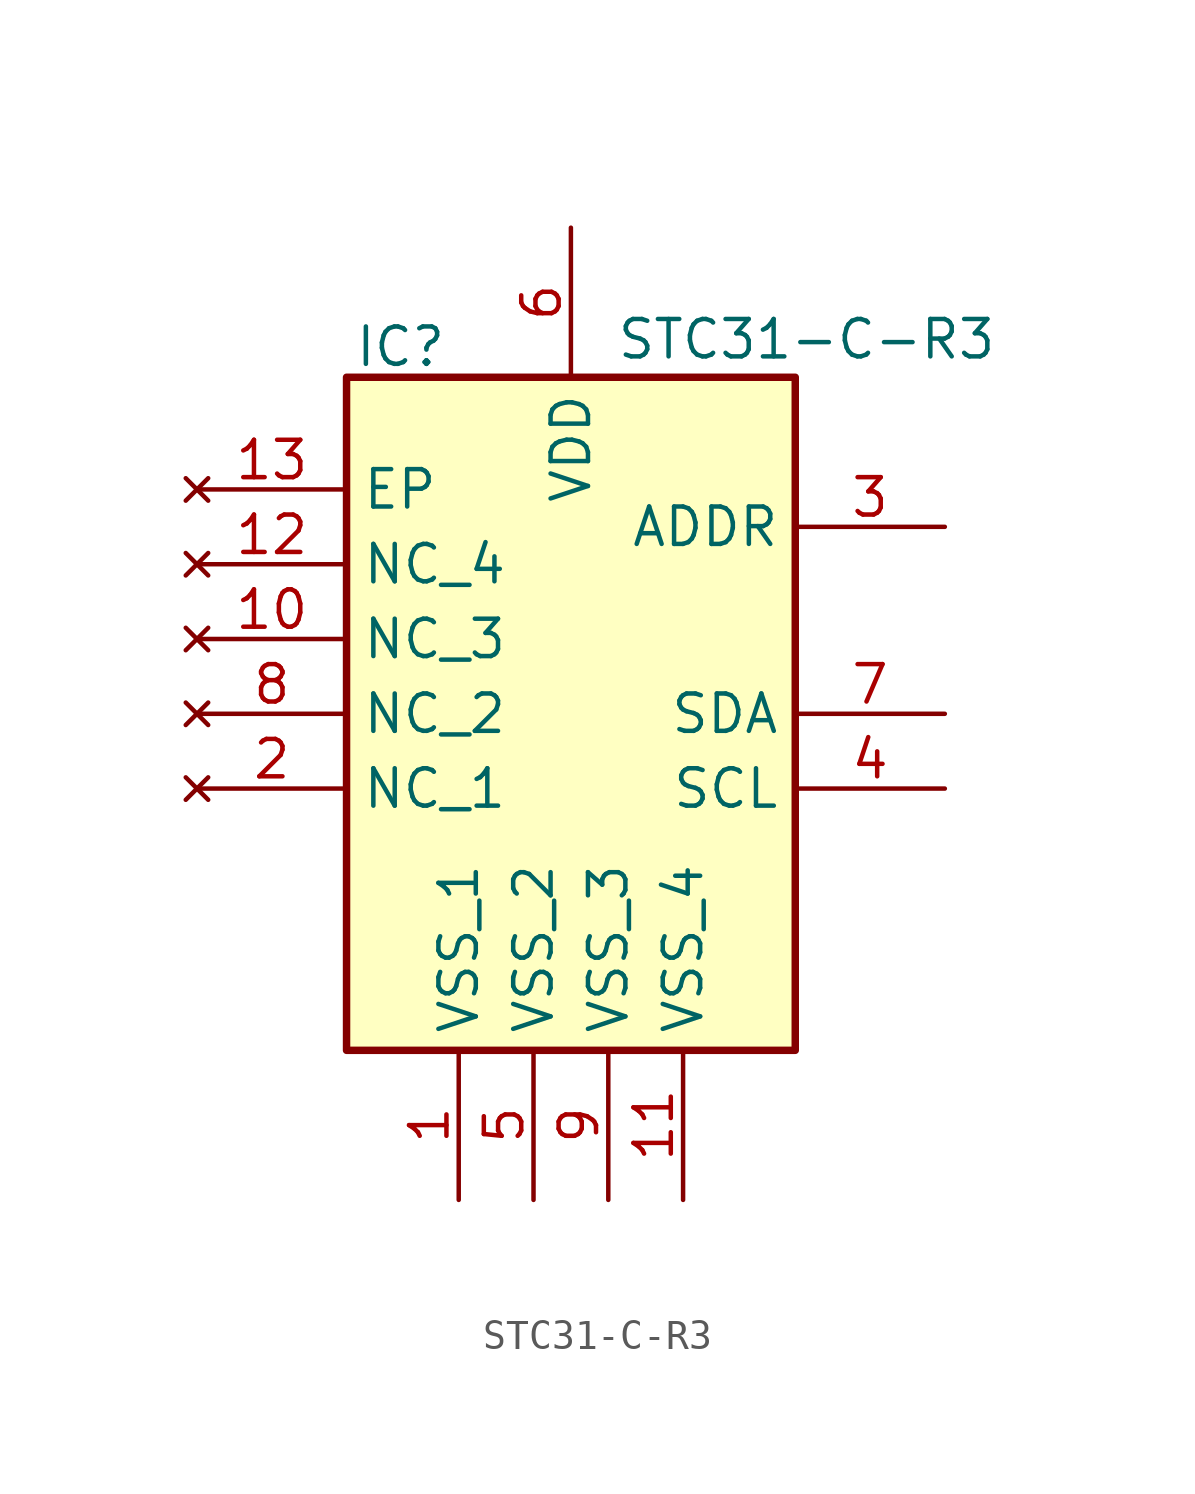
<source format=kicad_sym>
(kicad_symbol_lib
  (version 20231120)
  (generator "kicad_symbol_editor")
  (generator_version "8.0")
  (symbol "STC31-C-R3"
    (property "Reference" "IC"
      (at -7.366 13.208 0)
      (effects (font (size 1.27 1.27)) (justify left top)))
    (property "Value" "STC31-C-R3"
      (at 1.524 13.462 0)
      (effects (font (size 1.27 1.27)) (justify left top)))
    (symbol "STC31-C-R3_1_1"
      (rectangle (start -7.62 11.43) (end 7.62 -11.43) (stroke (width 0.254) (type default)) (fill (type background)))
      (pin power_in line (at -3.81 -16.51 90) (length 5.08) (name "VSS_1" (effects (font (size 1.27 1.27)))) (number "1" (effects (font (size 1.27 1.27)))))
      (pin no_connect line (at -12.7 2.54 0) (length 5.08) (name "NC_3" (effects (font (size 1.27 1.27)))) (number "10" (effects (font (size 1.27 1.27)))))
      (pin power_in line (at 3.81 -16.51 90) (length 5.08) (name "VSS_4" (effects (font (size 1.27 1.27)))) (number "11" (effects (font (size 1.27 1.27)))))
      (pin no_connect line (at -12.7 5.08 0) (length 5.08) (name "NC_4" (effects (font (size 1.27 1.27)))) (number "12" (effects (font (size 1.27 1.27)))))
      (pin no_connect line (at -12.7 7.62 0) (length 5.08) (name "EP" (effects (font (size 1.27 1.27)))) (number "13" (effects (font (size 1.27 1.27)))))
      (pin no_connect line (at -12.7 -2.54 0) (length 5.08) (name "NC_1" (effects (font (size 1.27 1.27)))) (number "2" (effects (font (size 1.27 1.27)))))
      (pin input line (at 12.7 6.35 180) (length 5.08) (name "ADDR" (effects (font (size 1.27 1.27)))) (number "3" (effects (font (size 1.27 1.27)))))
      (pin bidirectional line (at 12.7 -2.54 180) (length 5.08) (name "SCL" (effects (font (size 1.27 1.27)))) (number "4" (effects (font (size 1.27 1.27)))))
      (pin power_in line (at -1.27 -16.51 90) (length 5.08) (name "VSS_2" (effects (font (size 1.27 1.27)))) (number "5" (effects (font (size 1.27 1.27)))))
      (pin power_in line (at 0 16.51 270) (length 5.08) (name "VDD" (effects (font (size 1.27 1.27)))) (number "6" (effects (font (size 1.27 1.27)))))
      (pin bidirectional line (at 12.7 0 180) (length 5.08) (name "SDA" (effects (font (size 1.27 1.27)))) (number "7" (effects (font (size 1.27 1.27)))))
      (pin no_connect line (at -12.7 0 0) (length 5.08) (name "NC_2" (effects (font (size 1.27 1.27)))) (number "8" (effects (font (size 1.27 1.27)))))
      (pin power_in line (at 1.27 -16.51 90) (length 5.08) (name "VSS_3" (effects (font (size 1.27 1.27)))) (number "9" (effects (font (size 1.27 1.27))))))))
</source>
